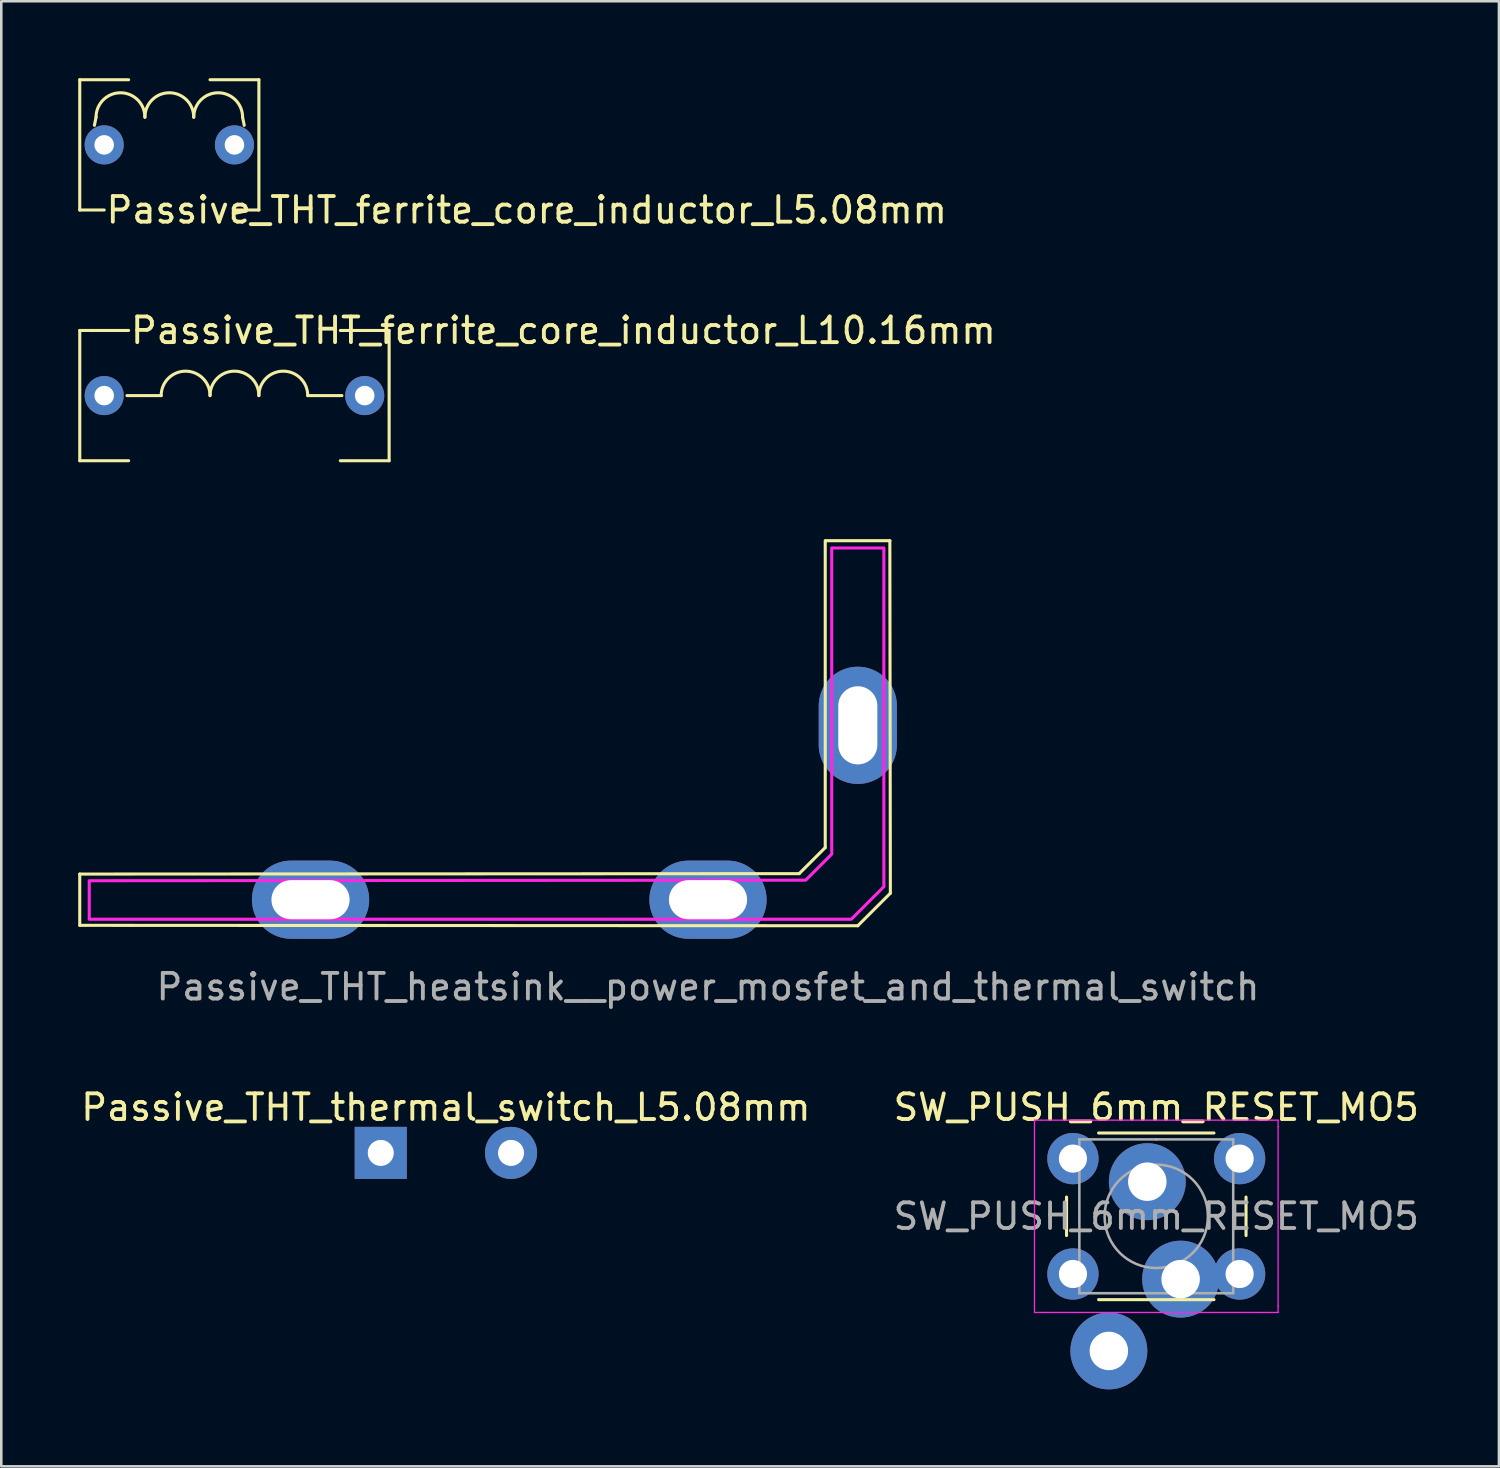
<source format=kicad_pcb>
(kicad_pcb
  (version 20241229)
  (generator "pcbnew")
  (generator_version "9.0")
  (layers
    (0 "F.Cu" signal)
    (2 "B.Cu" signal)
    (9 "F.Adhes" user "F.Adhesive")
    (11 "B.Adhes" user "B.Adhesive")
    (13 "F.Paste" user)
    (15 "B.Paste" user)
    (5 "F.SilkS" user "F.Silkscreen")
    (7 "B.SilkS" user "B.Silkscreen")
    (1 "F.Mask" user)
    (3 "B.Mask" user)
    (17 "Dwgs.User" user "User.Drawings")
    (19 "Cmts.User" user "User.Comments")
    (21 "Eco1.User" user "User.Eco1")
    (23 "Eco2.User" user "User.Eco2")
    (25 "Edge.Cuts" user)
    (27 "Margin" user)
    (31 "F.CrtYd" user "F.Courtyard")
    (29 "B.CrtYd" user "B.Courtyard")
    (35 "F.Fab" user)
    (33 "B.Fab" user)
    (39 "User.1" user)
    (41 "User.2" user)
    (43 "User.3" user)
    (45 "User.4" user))
  (footprint "SW_PUSH_6mm_RESET_MO5"
    (layer "F.Cu")
    (at 38.792 42.133)
    (property "Reference" "SW_PUSH_6mm_RESET_MO5" (at 3.25 -2 0) (layer "F.SilkS") (effects (font (size 1 1) (thickness 0.15))))
    (attr through_hole)
    (fp_line (start -0.25 1.5) (end -0.25 3) (stroke (width 0.12) (type solid)) (layer "F.SilkS"))
    (fp_line (start 1 5.5) (end 5.5 5.5) (stroke (width 0.12) (type solid)) (layer "F.SilkS"))
    (fp_line (start 5.5 -1) (end 1 -1) (stroke (width 0.12) (type solid)) (layer "F.SilkS"))
    (fp_line (start 6.75 3) (end 6.75 1.5) (stroke (width 0.12) (type solid)) (layer "F.SilkS"))
    (fp_line (start -1.5 -1.5) (end -1.25 -1.5) (stroke (width 0.05) (type solid)) (layer "F.CrtYd"))
    (fp_line (start -1.5 -1.25) (end -1.5 -1.5) (stroke (width 0.05) (type solid)) (layer "F.CrtYd"))
    (fp_line (start -1.5 5.75) (end -1.5 -1.25) (stroke (width 0.05) (type solid)) (layer "F.CrtYd"))
    (fp_line (start -1.5 5.75) (end -1.5 6) (stroke (width 0.05) (type solid)) (layer "F.CrtYd"))
    (fp_line (start -1.5 6) (end -1.25 6) (stroke (width 0.05) (type solid)) (layer "F.CrtYd"))
    (fp_line (start -1.25 -1.5) (end 7.75 -1.5) (stroke (width 0.05) (type solid)) (layer "F.CrtYd"))
    (fp_line (start 7.75 -1.5) (end 8 -1.5) (stroke (width 0.05) (type solid)) (layer "F.CrtYd"))
    (fp_line (start 7.75 6) (end -1.25 6) (stroke (width 0.05) (type solid)) (layer "F.CrtYd"))
    (fp_line (start 7.75 6) (end 8 6) (stroke (width 0.05) (type solid)) (layer "F.CrtYd"))
    (fp_line (start 8 -1.5) (end 8 -1.25) (stroke (width 0.05) (type solid)) (layer "F.CrtYd"))
    (fp_line (start 8 -1.25) (end 8 5.75) (stroke (width 0.05) (type solid)) (layer "F.CrtYd"))
    (fp_line (start 8 6) (end 8 5.75) (stroke (width 0.05) (type solid)) (layer "F.CrtYd"))
    (fp_line (start 0.25 -0.75) (end 3.25 -0.75) (stroke (width 0.1) (type solid)) (layer "F.Fab"))
    (fp_line (start 0.25 5.25) (end 0.25 -0.75) (stroke (width 0.1) (type solid)) (layer "F.Fab"))
    (fp_line (start 3.25 -0.75) (end 6.25 -0.75) (stroke (width 0.1) (type solid)) (layer "F.Fab"))
    (fp_line (start 6.25 -0.75) (end 6.25 5.25) (stroke (width 0.1) (type solid)) (layer "F.Fab"))
    (fp_line (start 6.25 5.25) (end 0.25 5.25) (stroke (width 0.1) (type solid)) (layer "F.Fab"))
    (fp_circle (center 3.25 2.25) (end 1.25 2.5) (stroke (width 0.1) (type solid)) (fill no) (layer "F.Fab"))
    (fp_text user "${REFERENCE}" (at 3.25 2.25 0) (layer "F.Fab") (effects (font (size 1 1) (thickness 0.15))))
    (pad "1" thru_hole circle (at 0 0 90) (size 2 2) (drill 1.1) (layers "*.Cu" "*.Mask"))
    (pad "1" thru_hole circle (at 1.4 7.5 90) (size 3 3) (drill 1.5) (layers "*.Cu" "*.Mask"))
    (pad "1" thru_hole circle (at 2.9 0.9 90) (size 3 3) (drill 1.5) (layers "*.Cu" "*.Mask"))
    (pad "1" thru_hole circle (at 6.5 0 90) (size 2 2) (drill 1.1) (layers "*.Cu" "*.Mask"))
    (pad "2" thru_hole circle (at 0 4.5 90) (size 2 2) (drill 1.1) (layers "*.Cu" "*.Mask"))
    (pad "2" thru_hole circle (at 4.2 4.7 90) (size 3 3) (drill 1.5) (layers "*.Cu" "*.Mask"))
    (pad "2" thru_hole circle (at 6.5 4.5 90) (size 2 2) (drill 1.1) (layers "*.Cu" "*.Mask")))
  (footprint "Passive_THT_heatsink__power_mosfet_and_thermal_switch"
    (layer "F.Cu")
    (at 24.56 32.036)
    (property "Reference" "Passive_THT_heatsink__power_mosfet_and_thermal_switch" (at 0 3.4 0) (unlocked yes) (layer "F.Fab") (effects (font (size 1 1) (thickness 0.15))))
    (attr through_hole)
    (fp_line (start -24.5 -1) (end -24.5 1) (stroke (width 0.12) (type default)) (layer "F.SilkS"))
    (fp_line (start -24.5 1) (end 5.842 1.016) (stroke (width 0.12) (type default)) (layer "F.SilkS"))
    (fp_line (start 3.556 -1.016) (end -24.5 -1) (stroke (width 0.12) (type default)) (layer "F.SilkS"))
    (fp_line (start 4.572 -14) (end 4.572 -2.032) (stroke (width 0.12) (type default)) (layer "F.SilkS"))
    (fp_line (start 4.572 -2.032) (end 3.556 -1.016) (stroke (width 0.12) (type default)) (layer "F.SilkS"))
    (fp_line (start 5.842 1.016) (end 7.112 -0.254) (stroke (width 0.12) (type default)) (layer "F.SilkS"))
    (fp_line (start 7.092 -14) (end 4.592 -14) (stroke (width 0.12) (type default)) (layer "F.SilkS"))
    (fp_line (start 7.112 -0.254) (end 7.092 -14) (stroke (width 0.12) (type default)) (layer "F.SilkS"))
    (fp_poly (pts (xy -24.13 -0.74) (xy -24.13 0.762) (xy 5.588 0.762) (xy 6.858 -0.508) (xy 6.858 -13.716) (xy 4.826 -13.716) (xy 4.826 -1.778) (xy 3.81 -0.762)) (stroke (width 0.12) (type solid)) (fill no) (layer "F.CrtYd"))
    (pad "1" thru_hole oval (at -15.5 0) (size 4.572 3.048) (drill oval 3.048 1.524) (layers "*.Cu" "*.Mask"))
    (pad "2" thru_hole oval (at 0 0) (size 4.572 3.048) (drill oval 3.048 1.524) (layers "*.Cu" "*.Mask"))
    (pad "3" thru_hole oval (at 5.842 -6.8 90) (size 4.572 3.048) (drill oval 3.048 1.524) (layers "*.Cu" "*.Mask")))
  (footprint "Passive_THT_ferrite_core_inductor_L10.16mm"
    (layer "F.Cu")
    (at 6.093 12.377)
    (property "Reference" "Passive_THT_ferrite_core_inductor_L10.16mm" (at -4.128 -2.54 0) (layer "F.SilkS") (effects (font (size 1 1) (thickness 0.15)) (justify left)))
    (attr through_hole)
    (fp_line (start -6.032 -2.54) (end -4.128 -2.54) (stroke (width 0.12) (type solid)) (layer "F.SilkS"))
    (fp_line (start -6.032 2.54) (end -6.032 -2.54) (stroke (width 0.12) (type solid)) (layer "F.SilkS"))
    (fp_line (start -4.191 0) (end -2.857 0) (stroke (width 0.12) (type solid)) (layer "F.SilkS"))
    (fp_line (start -4.128 2.54) (end -6.032 2.54) (stroke (width 0.12) (type solid)) (layer "F.SilkS"))
    (fp_line (start 2.857 0) (end 4.191 0) (stroke (width 0.12) (type solid)) (layer "F.SilkS"))
    (fp_line (start 4.128 -2.54) (end 6.032 -2.54) (stroke (width 0.12) (type solid)) (layer "F.SilkS"))
    (fp_line (start 6.032 -2.54) (end 6.032 2.54) (stroke (width 0.12) (type solid)) (layer "F.SilkS"))
    (fp_line (start 6.032 2.54) (end 4.128 2.54) (stroke (width 0.12) (type solid)) (layer "F.SilkS"))
    (fp_arc (start -2.8575 0) (mid -1.905 -0.9525) (end -0.9525 0) (stroke (width 0.12) (type solid)) (layer "F.SilkS"))
    (fp_arc (start -0.9525 0) (mid 0 -0.9525) (end 0.9525 0) (stroke (width 0.12) (type solid)) (layer "F.SilkS"))
    (fp_arc (start 0.9525 0) (mid 1.905 -0.9525) (end 2.8575 0) (stroke (width 0.12) (type solid)) (layer "F.SilkS"))
    (pad "1" thru_hole circle (at -5.08 0) (size 1.524 1.524) (drill 0.762) (layers "*.Cu" "*.Mask"))
    (pad "2" thru_hole circle (at 5.08 0) (size 1.524 1.524) (drill 0.762) (layers "*.Cu" "*.Mask")))
  (footprint "Passive_THT_ferrite_core_inductor_L5.08mm"
    (layer "F.Cu")
    (at 3.553 2.6)
    (property "Reference" "Passive_THT_ferrite_core_inductor_L5.08mm" (at -2.54 2.54 0) (layer "F.SilkS") (effects (font (size 1 1) (thickness 0.15)) (justify left)))
    (attr through_hole)
    (fp_line (start -3.493 -2.54) (end -1.587 -2.54) (stroke (width 0.12) (type solid)) (layer "F.SilkS"))
    (fp_line (start -3.493 2.54) (end -3.493 -2.54) (stroke (width 0.12) (type solid)) (layer "F.SilkS"))
    (fp_line (start -2.921 -0.762) (end -2.857 -1.079) (stroke (width 0.12) (type solid)) (layer "F.SilkS"))
    (fp_line (start -2.54 2.54) (end -3.493 2.54) (stroke (width 0.12) (type solid)) (layer "F.SilkS"))
    (fp_line (start 1.587 -2.54) (end 3.493 -2.54) (stroke (width 0.12) (type solid)) (layer "F.SilkS"))
    (fp_line (start 2.857 -1.079) (end 2.921 -0.762) (stroke (width 0.12) (type solid)) (layer "F.SilkS"))
    (fp_line (start 3.493 -2.54) (end 3.493 2.54) (stroke (width 0.12) (type solid)) (layer "F.SilkS"))
    (fp_line (start 3.493 2.54) (end 2.54 2.54) (stroke (width 0.12) (type solid)) (layer "F.SilkS"))
    (fp_arc (start -2.8575 -1.0795) (mid -1.905 -2.032) (end -0.9525 -1.0795) (stroke (width 0.12) (type solid)) (layer "F.SilkS"))
    (fp_arc (start -0.9525 -1.0795) (mid 0 -2.032) (end 0.9525 -1.0795) (stroke (width 0.12) (type solid)) (layer "F.SilkS"))
    (fp_arc (start 0.9525 -1.0795) (mid 1.905 -2.032) (end 2.8575 -1.0795) (stroke (width 0.12) (type solid)) (layer "F.SilkS"))
    (pad "1" thru_hole circle (at -2.54 0) (size 1.524 1.524) (drill 0.762) (layers "*.Cu" "*.Mask"))
    (pad "2" thru_hole circle (at 2.54 0) (size 1.524 1.524) (drill 0.762) (layers "*.Cu" "*.Mask")))
  (footprint "Passive_THT_thermal_switch_L5.08mm"
    (layer "F.Cu")
    (at 14.339 41.911)
    (property "Reference" "Passive_THT_thermal_switch_L5.08mm" (at 0 -1.778 0) (unlocked yes) (layer "F.SilkS") (effects (font (size 1 1) (thickness 0.15))))
    (attr through_hole)
    (pad "1" thru_hole rect (at -2.54 0) (size 2.032 2.032) (drill 1.016) (layers "*.Cu" "*.Mask"))
    (pad "2" thru_hole circle (at 2.54 0) (size 2.032 2.032) (drill 1.016) (layers "*.Cu" "*.Mask")))
  (gr_rect
    (start -3 -3)
    (end 55.405 54.133)
    (stroke (width 0.1) (type default))
    (fill no)
    (layer "Edge.Cuts")))
</source>
